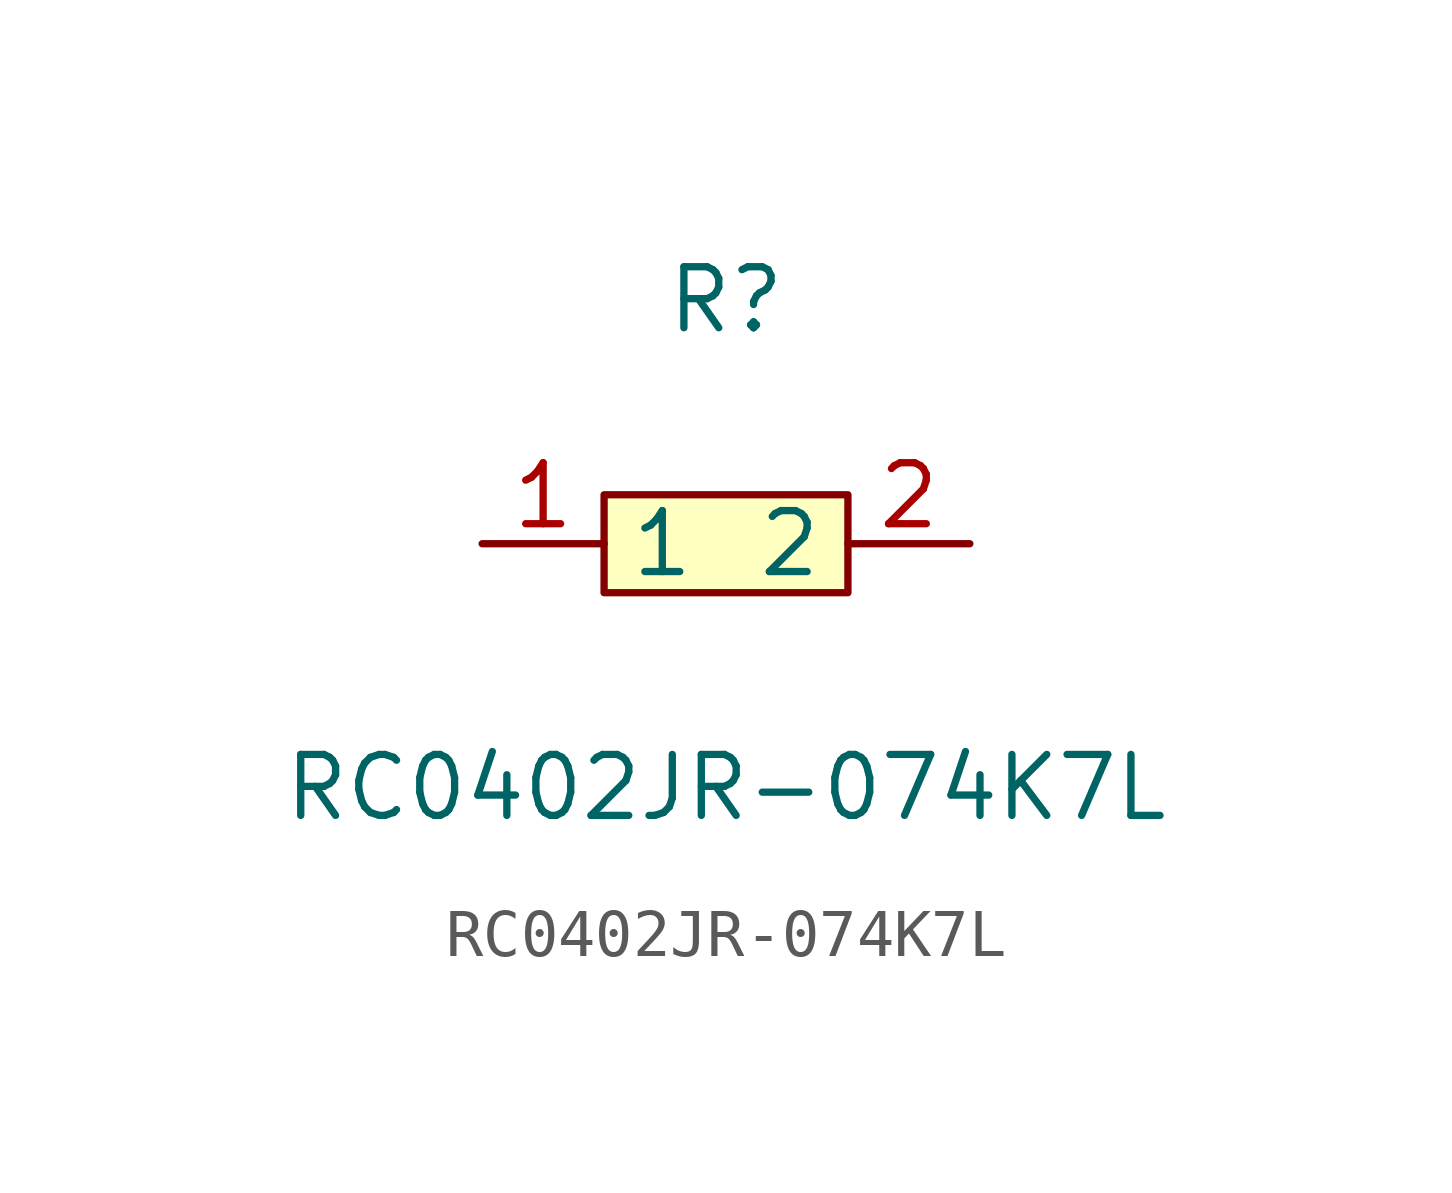
<source format=kicad_sym>
(kicad_symbol_lib
  (version 1)
  (generator "faebryk")
  (symbol "RC0402JR-074K7L"
    (property "Reference" "R"
      (at 0 5.08 0)
      (effects (font (size 1.27 1.27)) (hide no)))
    (property "Value" "RC0402JR-074K7L"
      (at 0 -5.08 0)
      (effects (font (size 1.27 1.27)) (hide no)))
    (symbol "RC0402JR-074K7L_0_1"
      (rectangle (start -2.54 1.02) (end 2.54 -1.02) (stroke (width 0) (type default) (color 0 0 0 0)) (fill (type background)))
      (pin input line (at 5.08 0 180) (length 2.54) (name "2" (effects (font (size 1.27 1.27)) (hide no))) (number "2" (effects (font (size 1.27 1.27)) (hide no))))
      (pin input line (at -5.08 0 0) (length 2.54) (name "1" (effects (font (size 1.27 1.27)) (hide no))) (number "1" (effects (font (size 1.27 1.27)) (hide no)))))))
</source>
